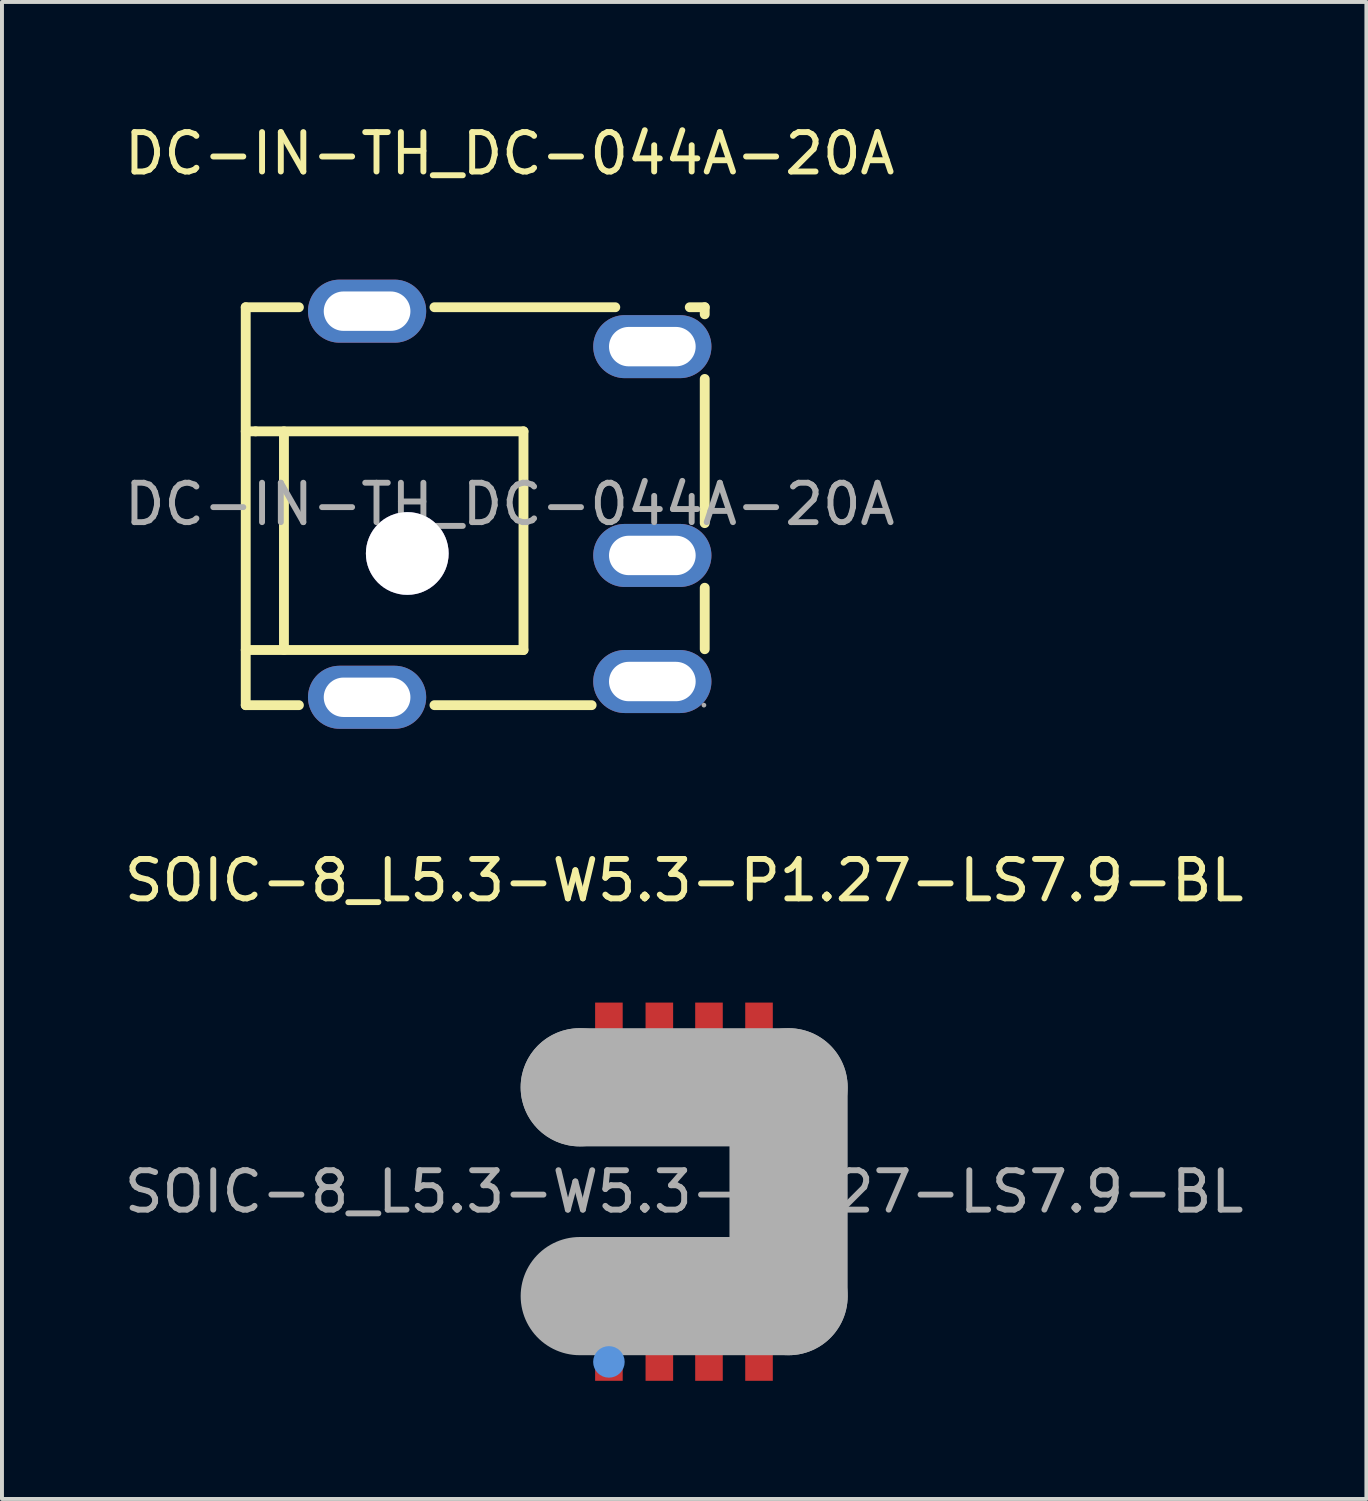
<source format=kicad_pcb>
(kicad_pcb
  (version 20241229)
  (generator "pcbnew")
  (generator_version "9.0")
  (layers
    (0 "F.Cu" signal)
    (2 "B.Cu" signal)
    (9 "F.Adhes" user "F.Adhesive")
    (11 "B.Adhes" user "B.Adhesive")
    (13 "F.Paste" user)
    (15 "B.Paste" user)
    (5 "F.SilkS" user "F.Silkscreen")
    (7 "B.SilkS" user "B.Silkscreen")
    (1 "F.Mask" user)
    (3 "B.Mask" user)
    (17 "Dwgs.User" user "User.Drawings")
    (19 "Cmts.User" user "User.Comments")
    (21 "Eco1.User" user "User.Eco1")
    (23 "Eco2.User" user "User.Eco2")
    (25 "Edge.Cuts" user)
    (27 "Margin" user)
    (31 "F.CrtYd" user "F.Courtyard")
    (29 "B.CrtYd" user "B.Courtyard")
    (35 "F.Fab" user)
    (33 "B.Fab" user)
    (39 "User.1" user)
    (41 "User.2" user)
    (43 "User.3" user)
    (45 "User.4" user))
  (footprint "SOIC-8_L5.3-W5.3-P1.27-LS7.9-BL"
    (layer "F.Cu")
    (at 14.315 27.197)
    (property "Reference" "SOIC-8_L5.3-W5.3-P1.27-LS7.9-BL" (at 0 -7.9 0) (layer "F.SilkS") (effects (font (size 1 1) (thickness 0.15))))
    (attr smd)
    (fp_circle (center -2.79 3.3) (end -2.64 3.3) (stroke (width 0.3) (type solid)) (fill no) (layer "F.SilkS"))
    (fp_circle (center -1.91 4.32) (end -1.71 4.32) (stroke (width 0.4) (type solid)) (fill no) (layer "Cmts.User"))
    (fp_line (start -2.65 -2.65) (end -2.65 -2.65) (stroke (width 3) (type solid)) (layer "F.Fab"))
    (fp_line (start -2.65 -2.65) (end 2.65 -2.65) (stroke (width 3) (type solid)) (layer "F.Fab"))
    (fp_line (start 2.65 -2.65) (end 2.65 2.65) (stroke (width 3) (type solid)) (layer "F.Fab"))
    (fp_line (start 2.65 2.65) (end -2.65 2.65) (stroke (width 3) (type solid)) (layer "F.Fab"))
    (fp_circle (center -2.65 3.95) (end -2.62 3.95) (stroke (width 0.06) (type solid)) (fill no) (layer "F.Fab"))
    (fp_text user "${REFERENCE}" (at 0 0 0) (layer "F.Fab") (effects (font (size 1 1) (thickness 0.15))))
    (pad "1" smd rect (at -1.91 3.9) (size 0.7 1.8) (layers "F.Cu" "F.Mask" "F.Paste"))
    (pad "2" smd rect (at -0.63 3.9) (size 0.7 1.8) (layers "F.Cu" "F.Mask" "F.Paste"))
    (pad "3" smd rect (at 0.63 3.9) (size 0.7 1.8) (layers "F.Cu" "F.Mask" "F.Paste"))
    (pad "4" smd rect (at 1.9 3.9) (size 0.7 1.8) (layers "F.Cu" "F.Mask" "F.Paste"))
    (pad "5" smd rect (at 1.9 -3.9) (size 0.7 1.8) (layers "F.Cu" "F.Mask" "F.Paste"))
    (pad "6" smd rect (at 0.63 -3.9) (size 0.7 1.8) (layers "F.Cu" "F.Mask" "F.Paste"))
    (pad "7" smd rect (at -0.63 -3.9) (size 0.7 1.8) (layers "F.Cu" "F.Mask" "F.Paste"))
    (pad "8" smd rect (at -1.91 -3.9) (size 0.7 1.8) (layers "F.Cu" "F.Mask" "F.Paste")))
  (footprint "DC-IN-TH_DC-044A-20A"
    (layer "F.Cu")
    (at 9.887 9.748)
    (property "Reference" "DC-IN-TH_DC-044A-20A" (at 0 -8.9 0) (layer "F.SilkS") (effects (font (size 1 1) (thickness 0.15))))
    (attr through_hole)
    (fp_line (start -6.7 -5) (end -6.7 5.1) (stroke (width 0.25) (type solid)) (layer "F.SilkS"))
    (fp_line (start -6.7 5.1) (end -5.35 5.1) (stroke (width 0.25) (type solid)) (layer "F.SilkS"))
    (fp_line (start -6.45 -1.85) (end -6.7 -1.85) (stroke (width 0.25) (type solid)) (layer "F.SilkS"))
    (fp_line (start -6.45 -1.85) (end 0.35 -1.85) (stroke (width 0.25) (type solid)) (layer "F.SilkS"))
    (fp_line (start -5.73 -1.85) (end -5.73 3.7) (stroke (width 0.25) (type solid)) (layer "F.SilkS"))
    (fp_line (start -5.35 -5) (end -6.7 -5) (stroke (width 0.25) (type solid)) (layer "F.SilkS"))
    (fp_line (start -1.91 5.1) (end 2.08 5.1) (stroke (width 0.25) (type solid)) (layer "F.SilkS"))
    (fp_line (start 0.35 -1.85) (end 0.35 3.7) (stroke (width 0.25) (type solid)) (layer "F.SilkS"))
    (fp_line (start 0.35 3.7) (end -6.7 3.7) (stroke (width 0.25) (type solid)) (layer "F.SilkS"))
    (fp_line (start 2.68 -5) (end -1.91 -5) (stroke (width 0.25) (type solid)) (layer "F.SilkS"))
    (fp_line (start 4.95 -5) (end 4.57 -5) (stroke (width 0.25) (type solid)) (layer "F.SilkS"))
    (fp_line (start 4.95 -5) (end 4.95 -4.82) (stroke (width 0.25) (type solid)) (layer "F.SilkS"))
    (fp_line (start 4.95 -3.18) (end 4.95 0.48) (stroke (width 0.25) (type solid)) (layer "F.SilkS"))
    (fp_line (start 4.95 2.12) (end 4.95 3.68) (stroke (width 0.25) (type solid)) (layer "F.SilkS"))
    (fp_circle (center 4.93 5.1) (end 4.96 5.1) (stroke (width 0.06) (type solid)) (fill no) (layer "F.Fab"))
    (fp_text user "${REFERENCE}" (at 0 0 0) (layer "F.Fab") (effects (font (size 1 1) (thickness 0.15))))
    (pad "" thru_hole circle (at -2.6 1.25) (size 2.1 2.1) (drill 2.1) (layers "*.Cu" "*.Mask"))
    (pad "1" thru_hole oval (at 3.62 4.5 90) (size 1.6 3) (drill oval 1 2.2) (layers "*.Cu" "*.Mask"))
    (pad "2" thru_hole oval (at 3.62 -4 90) (size 1.6 3) (drill oval 1 2.2) (layers "*.Cu" "*.Mask"))
    (pad "3" thru_hole oval (at 3.62 1.3 90) (size 1.6 3) (drill oval 1 2.2) (layers "*.Cu" "*.Mask"))
    (pad "4" thru_hole oval (at -3.62 4.9 90) (size 1.6 3) (drill oval 1 2.2) (layers "*.Cu" "*.Mask"))
    (pad "5" thru_hole oval (at -3.62 -4.9 90) (size 1.6 3) (drill oval 1 2.2) (layers "*.Cu" "*.Mask")))
  (gr_rect
    (start -3 -3)
    (end 31.631 34.996)
    (stroke (width 0.1) (type default))
    (fill no)
    (layer "Edge.Cuts")))
</source>
